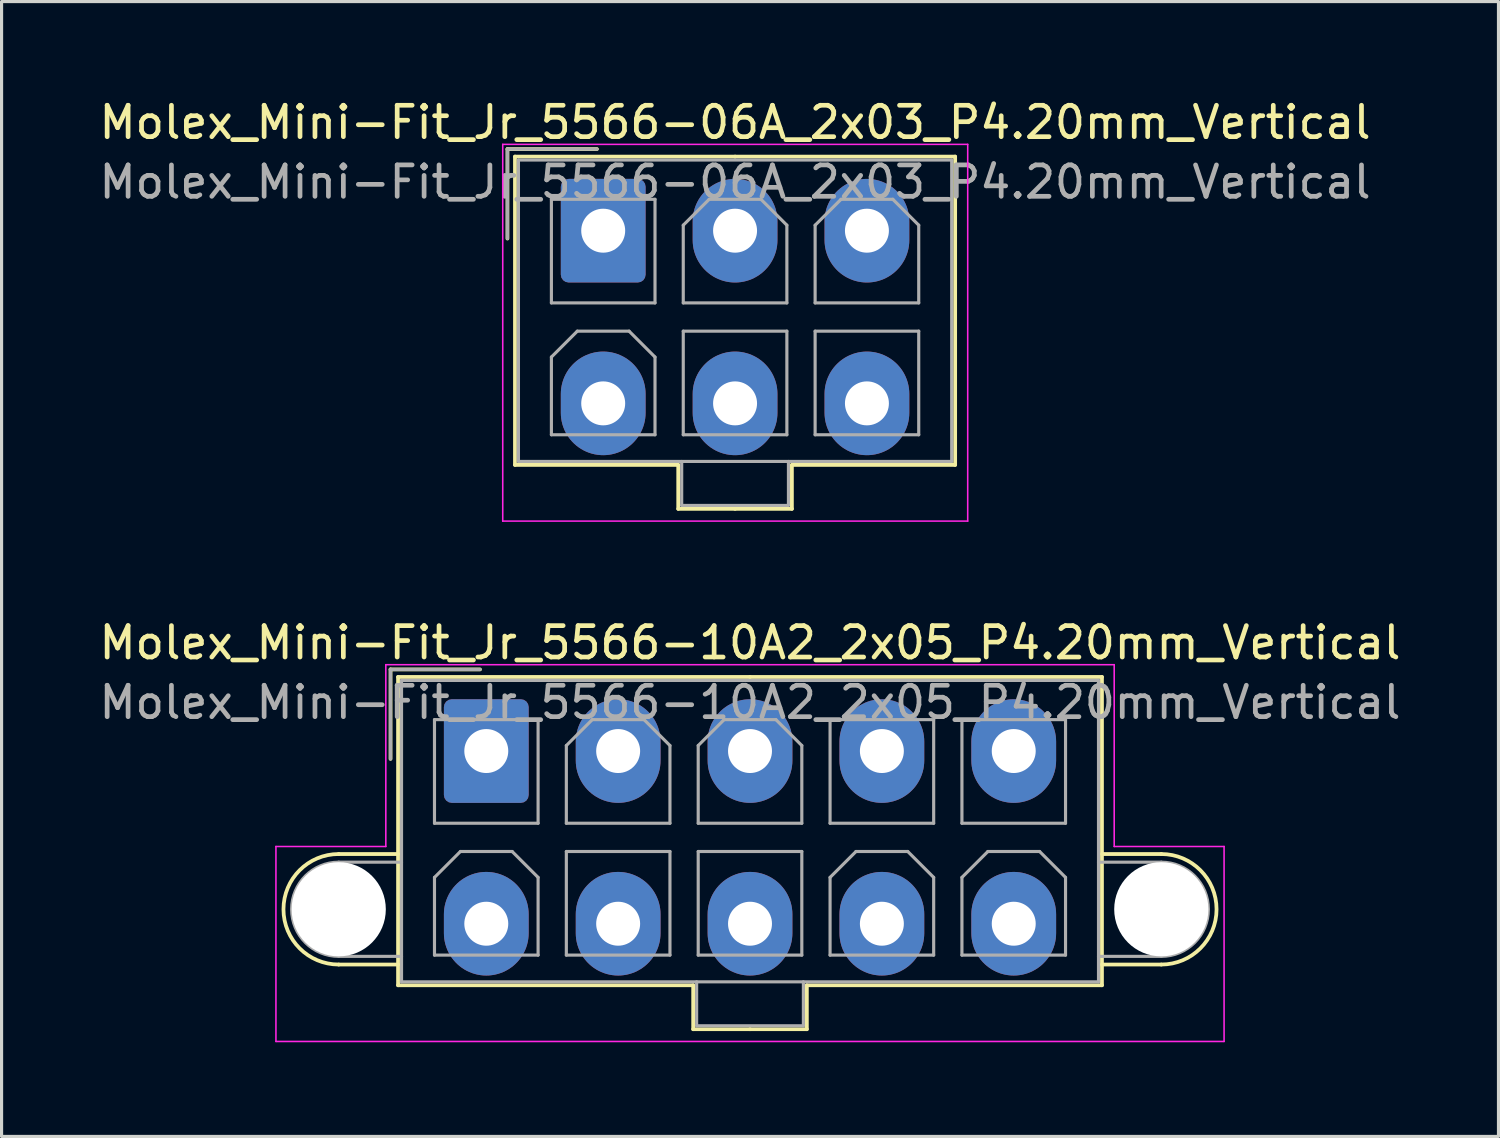
<source format=kicad_pcb>
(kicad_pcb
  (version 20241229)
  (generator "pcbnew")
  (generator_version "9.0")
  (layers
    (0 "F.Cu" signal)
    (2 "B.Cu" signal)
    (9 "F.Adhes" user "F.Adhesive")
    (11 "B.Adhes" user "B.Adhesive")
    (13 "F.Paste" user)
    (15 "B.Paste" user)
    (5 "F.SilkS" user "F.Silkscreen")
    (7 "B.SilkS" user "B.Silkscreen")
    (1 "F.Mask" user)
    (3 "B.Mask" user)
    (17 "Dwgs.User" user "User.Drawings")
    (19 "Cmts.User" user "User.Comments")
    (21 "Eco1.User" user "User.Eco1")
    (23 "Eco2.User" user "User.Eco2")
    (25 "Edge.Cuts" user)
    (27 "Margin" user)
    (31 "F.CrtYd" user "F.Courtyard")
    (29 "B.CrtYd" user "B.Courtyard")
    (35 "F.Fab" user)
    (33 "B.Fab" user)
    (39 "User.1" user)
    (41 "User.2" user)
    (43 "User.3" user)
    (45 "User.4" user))
  (footprint "Molex_Mini-Fit_Jr_5566-10A2_2x05_P4.20mm_Vertical"
    (layer "F.Cu")
    (at 12.439 20.872)
    (property "Reference" "Molex_Mini-Fit_Jr_5566-10A2_2x05_P4.20mm_Vertical" (at 8.4 -3.45 0) (layer "F.SilkS") (effects (font (size 1 1) (thickness 0.15))))
    (attr through_hole)
    (fp_line (start -4.7 3.28) (end -2.81 3.28) (stroke (width 0.12) (type solid)) (layer "F.SilkS"))
    (fp_line (start -4.7 6.8) (end -2.81 6.8) (stroke (width 0.12) (type solid)) (layer "F.SilkS"))
    (fp_line (start -3.05 -2.6) (end -3.05 0.25) (stroke (width 0.12) (type solid)) (layer "F.SilkS"))
    (fp_line (start -2.81 -2.36) (end -2.81 7.46) (stroke (width 0.12) (type solid)) (layer "F.SilkS"))
    (fp_line (start -2.81 7.46) (end 6.59 7.46) (stroke (width 0.12) (type solid)) (layer "F.SilkS"))
    (fp_line (start -0.2 -2.6) (end -3.05 -2.6) (stroke (width 0.12) (type solid)) (layer "F.SilkS"))
    (fp_line (start 6.59 7.46) (end 6.59 8.86) (stroke (width 0.12) (type solid)) (layer "F.SilkS"))
    (fp_line (start 6.59 8.86) (end 8.4 8.86) (stroke (width 0.12) (type solid)) (layer "F.SilkS"))
    (fp_line (start 8.4 -2.36) (end -2.81 -2.36) (stroke (width 0.12) (type solid)) (layer "F.SilkS"))
    (fp_line (start 8.4 -2.36) (end 19.61 -2.36) (stroke (width 0.12) (type solid)) (layer "F.SilkS"))
    (fp_line (start 10.21 7.46) (end 10.21 8.86) (stroke (width 0.12) (type solid)) (layer "F.SilkS"))
    (fp_line (start 10.21 8.86) (end 8.4 8.86) (stroke (width 0.12) (type solid)) (layer "F.SilkS"))
    (fp_line (start 19.61 -2.36) (end 19.61 7.46) (stroke (width 0.12) (type solid)) (layer "F.SilkS"))
    (fp_line (start 19.61 7.46) (end 10.21 7.46) (stroke (width 0.12) (type solid)) (layer "F.SilkS"))
    (fp_line (start 21.5 3.28) (end 19.61 3.28) (stroke (width 0.12) (type solid)) (layer "F.SilkS"))
    (fp_line (start 21.5 6.8) (end 19.61 6.8) (stroke (width 0.12) (type solid)) (layer "F.SilkS"))
    (fp_arc (start -4.7 6.8) (mid -6.46 5.04) (end -4.7 3.28) (stroke (width 0.12) (type solid)) (layer "F.SilkS"))
    (fp_arc (start 21.5 3.28) (mid 23.26 5.04) (end 21.5 6.8) (stroke (width 0.12) (type solid)) (layer "F.SilkS"))
    (fp_line (start -6.7 3.04) (end -6.7 9.25) (stroke (width 0.05) (type solid)) (layer "F.CrtYd"))
    (fp_line (start -6.7 9.25) (end 23.5 9.25) (stroke (width 0.05) (type solid)) (layer "F.CrtYd"))
    (fp_line (start -3.2 -2.75) (end -3.2 3.04) (stroke (width 0.05) (type solid)) (layer "F.CrtYd"))
    (fp_line (start -3.2 3.04) (end -6.7 3.04) (stroke (width 0.05) (type solid)) (layer "F.CrtYd"))
    (fp_line (start 20 -2.75) (end -3.2 -2.75) (stroke (width 0.05) (type solid)) (layer "F.CrtYd"))
    (fp_line (start 20 3.04) (end 20 -2.75) (stroke (width 0.05) (type solid)) (layer "F.CrtYd"))
    (fp_line (start 23.5 3.04) (end 20 3.04) (stroke (width 0.05) (type solid)) (layer "F.CrtYd"))
    (fp_line (start 23.5 9.25) (end 23.5 3.04) (stroke (width 0.05) (type solid)) (layer "F.CrtYd"))
    (fp_line (start -4.7 3.54) (end -2.7 3.54) (stroke (width 0.1) (type solid)) (layer "F.Fab"))
    (fp_line (start -4.7 6.54) (end -2.7 6.54) (stroke (width 0.1) (type solid)) (layer "F.Fab"))
    (fp_line (start -3.05 -2.6) (end -3.05 0.25) (stroke (width 0.1) (type solid)) (layer "F.Fab"))
    (fp_line (start -2.7 -2.25) (end -2.7 7.35) (stroke (width 0.1) (type solid)) (layer "F.Fab"))
    (fp_line (start -2.7 7.35) (end 19.5 7.35) (stroke (width 0.1) (type solid)) (layer "F.Fab"))
    (fp_line (start -1.65 -1) (end -1.65 2.3) (stroke (width 0.1) (type solid)) (layer "F.Fab"))
    (fp_line (start -1.65 2.3) (end 1.65 2.3) (stroke (width 0.1) (type solid)) (layer "F.Fab"))
    (fp_line (start -1.65 4.025) (end -0.825 3.2) (stroke (width 0.1) (type solid)) (layer "F.Fab"))
    (fp_line (start -1.65 6.5) (end -1.65 4.025) (stroke (width 0.1) (type solid)) (layer "F.Fab"))
    (fp_line (start -0.825 3.2) (end 0.825 3.2) (stroke (width 0.1) (type solid)) (layer "F.Fab"))
    (fp_line (start -0.2 -2.6) (end -3.05 -2.6) (stroke (width 0.1) (type solid)) (layer "F.Fab"))
    (fp_line (start 0.825 3.2) (end 1.65 4.025) (stroke (width 0.1) (type solid)) (layer "F.Fab"))
    (fp_line (start 1.65 -1) (end -1.65 -1) (stroke (width 0.1) (type solid)) (layer "F.Fab"))
    (fp_line (start 1.65 2.3) (end 1.65 -1) (stroke (width 0.1) (type solid)) (layer "F.Fab"))
    (fp_line (start 1.65 4.025) (end 1.65 6.5) (stroke (width 0.1) (type solid)) (layer "F.Fab"))
    (fp_line (start 1.65 6.5) (end -1.65 6.5) (stroke (width 0.1) (type solid)) (layer "F.Fab"))
    (fp_line (start 2.55 -0.175) (end 3.375 -1) (stroke (width 0.1) (type solid)) (layer "F.Fab"))
    (fp_line (start 2.55 2.3) (end 2.55 -0.175) (stroke (width 0.1) (type solid)) (layer "F.Fab"))
    (fp_line (start 2.55 3.2) (end 2.55 6.5) (stroke (width 0.1) (type solid)) (layer "F.Fab"))
    (fp_line (start 2.55 6.5) (end 5.85 6.5) (stroke (width 0.1) (type solid)) (layer "F.Fab"))
    (fp_line (start 3.375 -1) (end 5.025 -1) (stroke (width 0.1) (type solid)) (layer "F.Fab"))
    (fp_line (start 5.025 -1) (end 5.85 -0.175) (stroke (width 0.1) (type solid)) (layer "F.Fab"))
    (fp_line (start 5.85 -0.175) (end 5.85 2.3) (stroke (width 0.1) (type solid)) (layer "F.Fab"))
    (fp_line (start 5.85 2.3) (end 2.55 2.3) (stroke (width 0.1) (type solid)) (layer "F.Fab"))
    (fp_line (start 5.85 3.2) (end 2.55 3.2) (stroke (width 0.1) (type solid)) (layer "F.Fab"))
    (fp_line (start 5.85 6.5) (end 5.85 3.2) (stroke (width 0.1) (type solid)) (layer "F.Fab"))
    (fp_line (start 6.7 7.35) (end 6.7 8.75) (stroke (width 0.1) (type solid)) (layer "F.Fab"))
    (fp_line (start 6.7 8.75) (end 10.1 8.75) (stroke (width 0.1) (type solid)) (layer "F.Fab"))
    (fp_line (start 6.75 -0.175) (end 7.575 -1) (stroke (width 0.1) (type solid)) (layer "F.Fab"))
    (fp_line (start 6.75 2.3) (end 6.75 -0.175) (stroke (width 0.1) (type solid)) (layer "F.Fab"))
    (fp_line (start 6.75 3.2) (end 6.75 6.5) (stroke (width 0.1) (type solid)) (layer "F.Fab"))
    (fp_line (start 6.75 6.5) (end 10.05 6.5) (stroke (width 0.1) (type solid)) (layer "F.Fab"))
    (fp_line (start 7.575 -1) (end 9.225 -1) (stroke (width 0.1) (type solid)) (layer "F.Fab"))
    (fp_line (start 9.225 -1) (end 10.05 -0.175) (stroke (width 0.1) (type solid)) (layer "F.Fab"))
    (fp_line (start 10.05 -0.175) (end 10.05 2.3) (stroke (width 0.1) (type solid)) (layer "F.Fab"))
    (fp_line (start 10.05 2.3) (end 6.75 2.3) (stroke (width 0.1) (type solid)) (layer "F.Fab"))
    (fp_line (start 10.05 3.2) (end 6.75 3.2) (stroke (width 0.1) (type solid)) (layer "F.Fab"))
    (fp_line (start 10.05 6.5) (end 10.05 3.2) (stroke (width 0.1) (type solid)) (layer "F.Fab"))
    (fp_line (start 10.1 8.75) (end 10.1 7.35) (stroke (width 0.1) (type solid)) (layer "F.Fab"))
    (fp_line (start 10.95 -1) (end 10.95 2.3) (stroke (width 0.1) (type solid)) (layer "F.Fab"))
    (fp_line (start 10.95 2.3) (end 14.25 2.3) (stroke (width 0.1) (type solid)) (layer "F.Fab"))
    (fp_line (start 10.95 4.025) (end 11.775 3.2) (stroke (width 0.1) (type solid)) (layer "F.Fab"))
    (fp_line (start 10.95 6.5) (end 10.95 4.025) (stroke (width 0.1) (type solid)) (layer "F.Fab"))
    (fp_line (start 11.775 3.2) (end 13.425 3.2) (stroke (width 0.1) (type solid)) (layer "F.Fab"))
    (fp_line (start 13.425 3.2) (end 14.25 4.025) (stroke (width 0.1) (type solid)) (layer "F.Fab"))
    (fp_line (start 14.25 -1) (end 10.95 -1) (stroke (width 0.1) (type solid)) (layer "F.Fab"))
    (fp_line (start 14.25 2.3) (end 14.25 -1) (stroke (width 0.1) (type solid)) (layer "F.Fab"))
    (fp_line (start 14.25 4.025) (end 14.25 6.5) (stroke (width 0.1) (type solid)) (layer "F.Fab"))
    (fp_line (start 14.25 6.5) (end 10.95 6.5) (stroke (width 0.1) (type solid)) (layer "F.Fab"))
    (fp_line (start 15.15 -1) (end 15.15 2.3) (stroke (width 0.1) (type solid)) (layer "F.Fab"))
    (fp_line (start 15.15 2.3) (end 18.45 2.3) (stroke (width 0.1) (type solid)) (layer "F.Fab"))
    (fp_line (start 15.15 4.025) (end 15.975 3.2) (stroke (width 0.1) (type solid)) (layer "F.Fab"))
    (fp_line (start 15.15 6.5) (end 15.15 4.025) (stroke (width 0.1) (type solid)) (layer "F.Fab"))
    (fp_line (start 15.975 3.2) (end 17.625 3.2) (stroke (width 0.1) (type solid)) (layer "F.Fab"))
    (fp_line (start 17.625 3.2) (end 18.45 4.025) (stroke (width 0.1) (type solid)) (layer "F.Fab"))
    (fp_line (start 18.45 -1) (end 15.15 -1) (stroke (width 0.1) (type solid)) (layer "F.Fab"))
    (fp_line (start 18.45 2.3) (end 18.45 -1) (stroke (width 0.1) (type solid)) (layer "F.Fab"))
    (fp_line (start 18.45 4.025) (end 18.45 6.5) (stroke (width 0.1) (type solid)) (layer "F.Fab"))
    (fp_line (start 18.45 6.5) (end 15.15 6.5) (stroke (width 0.1) (type solid)) (layer "F.Fab"))
    (fp_line (start 19.5 -2.25) (end -2.7 -2.25) (stroke (width 0.1) (type solid)) (layer "F.Fab"))
    (fp_line (start 19.5 7.35) (end 19.5 -2.25) (stroke (width 0.1) (type solid)) (layer "F.Fab"))
    (fp_line (start 21.5 3.54) (end 19.5 3.54) (stroke (width 0.1) (type solid)) (layer "F.Fab"))
    (fp_line (start 21.5 6.54) (end 19.5 6.54) (stroke (width 0.1) (type solid)) (layer "F.Fab"))
    (fp_arc (start -4.7 6.54) (mid -6.2 5.04) (end -4.7 3.54) (stroke (width 0.1) (type solid)) (layer "F.Fab"))
    (fp_arc (start 21.5 3.54) (mid 23 5.04) (end 21.5 6.54) (stroke (width 0.1) (type solid)) (layer "F.Fab"))
    (fp_text user "${REFERENCE}" (at 8.4 -1.55 0) (layer "F.Fab") (effects (font (size 1 1) (thickness 0.15))))
    (pad "" np_thru_hole circle (at -4.7 5.04) (size 3 3) (drill 3) (layers "*.Cu" "*.Mask"))
    (pad "" np_thru_hole circle (at 21.5 5.04) (size 3 3) (drill 3) (layers "*.Cu" "*.Mask"))
    (pad "1" thru_hole roundrect (at 0 0) (size 2.7 3.3) (drill 1.4) (layers "*.Cu" "*.Mask") (roundrect_rratio 0.093))
    (pad "2" thru_hole oval (at 4.2 0) (size 2.7 3.3) (drill 1.4) (layers "*.Cu" "*.Mask"))
    (pad "3" thru_hole oval (at 8.4 0) (size 2.7 3.3) (drill 1.4) (layers "*.Cu" "*.Mask"))
    (pad "4" thru_hole oval (at 12.6 0) (size 2.7 3.3) (drill 1.4) (layers "*.Cu" "*.Mask"))
    (pad "5" thru_hole oval (at 16.8 0) (size 2.7 3.3) (drill 1.4) (layers "*.Cu" "*.Mask"))
    (pad "6" thru_hole oval (at 0 5.5) (size 2.7 3.3) (drill 1.4) (layers "*.Cu" "*.Mask"))
    (pad "7" thru_hole oval (at 4.2 5.5) (size 2.7 3.3) (drill 1.4) (layers "*.Cu" "*.Mask"))
    (pad "8" thru_hole oval (at 8.4 5.5) (size 2.7 3.3) (drill 1.4) (layers "*.Cu" "*.Mask"))
    (pad "9" thru_hole oval (at 12.6 5.5) (size 2.7 3.3) (drill 1.4) (layers "*.Cu" "*.Mask"))
    (pad "10" thru_hole oval (at 16.8 5.5) (size 2.7 3.3) (drill 1.4) (layers "*.Cu" "*.Mask")))
  (footprint "Molex_Mini-Fit_Jr_5566-06A_2x03_P4.20mm_Vertical"
    (layer "F.Cu")
    (at 16.163 4.298)
    (property "Reference" "Molex_Mini-Fit_Jr_5566-06A_2x03_P4.20mm_Vertical" (at 4.2 -3.45 0) (layer "F.SilkS") (effects (font (size 1 1) (thickness 0.15))))
    (attr through_hole)
    (fp_line (start -3.05 -2.6) (end -3.05 0.25) (stroke (width 0.12) (type solid)) (layer "F.SilkS"))
    (fp_line (start -2.81 -2.36) (end -2.81 7.46) (stroke (width 0.12) (type solid)) (layer "F.SilkS"))
    (fp_line (start -2.81 7.46) (end 2.39 7.46) (stroke (width 0.12) (type solid)) (layer "F.SilkS"))
    (fp_line (start -0.2 -2.6) (end -3.05 -2.6) (stroke (width 0.12) (type solid)) (layer "F.SilkS"))
    (fp_line (start 2.39 7.46) (end 2.39 8.86) (stroke (width 0.12) (type solid)) (layer "F.SilkS"))
    (fp_line (start 2.39 8.86) (end 4.2 8.86) (stroke (width 0.12) (type solid)) (layer "F.SilkS"))
    (fp_line (start 4.2 -2.36) (end -2.81 -2.36) (stroke (width 0.12) (type solid)) (layer "F.SilkS"))
    (fp_line (start 4.2 -2.36) (end 11.21 -2.36) (stroke (width 0.12) (type solid)) (layer "F.SilkS"))
    (fp_line (start 6.01 7.46) (end 6.01 8.86) (stroke (width 0.12) (type solid)) (layer "F.SilkS"))
    (fp_line (start 6.01 8.86) (end 4.2 8.86) (stroke (width 0.12) (type solid)) (layer "F.SilkS"))
    (fp_line (start 11.21 -2.36) (end 11.21 7.46) (stroke (width 0.12) (type solid)) (layer "F.SilkS"))
    (fp_line (start 11.21 7.46) (end 6.01 7.46) (stroke (width 0.12) (type solid)) (layer "F.SilkS"))
    (fp_line (start -3.2 -2.75) (end -3.2 9.25) (stroke (width 0.05) (type solid)) (layer "F.CrtYd"))
    (fp_line (start -3.2 9.25) (end 11.61 9.25) (stroke (width 0.05) (type solid)) (layer "F.CrtYd"))
    (fp_line (start 11.61 -2.75) (end -3.2 -2.75) (stroke (width 0.05) (type solid)) (layer "F.CrtYd"))
    (fp_line (start 11.61 9.25) (end 11.61 -2.75) (stroke (width 0.05) (type solid)) (layer "F.CrtYd"))
    (fp_line (start -3.05 -2.6) (end -3.05 0.25) (stroke (width 0.1) (type solid)) (layer "F.Fab"))
    (fp_line (start -2.7 -2.25) (end -2.7 7.35) (stroke (width 0.1) (type solid)) (layer "F.Fab"))
    (fp_line (start -2.7 7.35) (end 11.1 7.35) (stroke (width 0.1) (type solid)) (layer "F.Fab"))
    (fp_line (start -1.65 -1) (end -1.65 2.3) (stroke (width 0.1) (type solid)) (layer "F.Fab"))
    (fp_line (start -1.65 2.3) (end 1.65 2.3) (stroke (width 0.1) (type solid)) (layer "F.Fab"))
    (fp_line (start -1.65 4.025) (end -0.825 3.2) (stroke (width 0.1) (type solid)) (layer "F.Fab"))
    (fp_line (start -1.65 6.5) (end -1.65 4.025) (stroke (width 0.1) (type solid)) (layer "F.Fab"))
    (fp_line (start -0.825 3.2) (end 0.825 3.2) (stroke (width 0.1) (type solid)) (layer "F.Fab"))
    (fp_line (start -0.2 -2.6) (end -3.05 -2.6) (stroke (width 0.1) (type solid)) (layer "F.Fab"))
    (fp_line (start 0.825 3.2) (end 1.65 4.025) (stroke (width 0.1) (type solid)) (layer "F.Fab"))
    (fp_line (start 1.65 -1) (end -1.65 -1) (stroke (width 0.1) (type solid)) (layer "F.Fab"))
    (fp_line (start 1.65 2.3) (end 1.65 -1) (stroke (width 0.1) (type solid)) (layer "F.Fab"))
    (fp_line (start 1.65 4.025) (end 1.65 6.5) (stroke (width 0.1) (type solid)) (layer "F.Fab"))
    (fp_line (start 1.65 6.5) (end -1.65 6.5) (stroke (width 0.1) (type solid)) (layer "F.Fab"))
    (fp_line (start 2.5 7.35) (end 2.5 8.75) (stroke (width 0.1) (type solid)) (layer "F.Fab"))
    (fp_line (start 2.5 8.75) (end 5.9 8.75) (stroke (width 0.1) (type solid)) (layer "F.Fab"))
    (fp_line (start 2.55 -0.175) (end 3.375 -1) (stroke (width 0.1) (type solid)) (layer "F.Fab"))
    (fp_line (start 2.55 2.3) (end 2.55 -0.175) (stroke (width 0.1) (type solid)) (layer "F.Fab"))
    (fp_line (start 2.55 3.2) (end 2.55 6.5) (stroke (width 0.1) (type solid)) (layer "F.Fab"))
    (fp_line (start 2.55 6.5) (end 5.85 6.5) (stroke (width 0.1) (type solid)) (layer "F.Fab"))
    (fp_line (start 3.375 -1) (end 5.025 -1) (stroke (width 0.1) (type solid)) (layer "F.Fab"))
    (fp_line (start 5.025 -1) (end 5.85 -0.175) (stroke (width 0.1) (type solid)) (layer "F.Fab"))
    (fp_line (start 5.85 -0.175) (end 5.85 2.3) (stroke (width 0.1) (type solid)) (layer "F.Fab"))
    (fp_line (start 5.85 2.3) (end 2.55 2.3) (stroke (width 0.1) (type solid)) (layer "F.Fab"))
    (fp_line (start 5.85 3.2) (end 2.55 3.2) (stroke (width 0.1) (type solid)) (layer "F.Fab"))
    (fp_line (start 5.85 6.5) (end 5.85 3.2) (stroke (width 0.1) (type solid)) (layer "F.Fab"))
    (fp_line (start 5.9 8.75) (end 5.9 7.35) (stroke (width 0.1) (type solid)) (layer "F.Fab"))
    (fp_line (start 6.75 -0.175) (end 7.575 -1) (stroke (width 0.1) (type solid)) (layer "F.Fab"))
    (fp_line (start 6.75 2.3) (end 6.75 -0.175) (stroke (width 0.1) (type solid)) (layer "F.Fab"))
    (fp_line (start 6.75 3.2) (end 6.75 6.5) (stroke (width 0.1) (type solid)) (layer "F.Fab"))
    (fp_line (start 6.75 6.5) (end 10.05 6.5) (stroke (width 0.1) (type solid)) (layer "F.Fab"))
    (fp_line (start 7.575 -1) (end 9.225 -1) (stroke (width 0.1) (type solid)) (layer "F.Fab"))
    (fp_line (start 9.225 -1) (end 10.05 -0.175) (stroke (width 0.1) (type solid)) (layer "F.Fab"))
    (fp_line (start 10.05 -0.175) (end 10.05 2.3) (stroke (width 0.1) (type solid)) (layer "F.Fab"))
    (fp_line (start 10.05 2.3) (end 6.75 2.3) (stroke (width 0.1) (type solid)) (layer "F.Fab"))
    (fp_line (start 10.05 3.2) (end 6.75 3.2) (stroke (width 0.1) (type solid)) (layer "F.Fab"))
    (fp_line (start 10.05 6.5) (end 10.05 3.2) (stroke (width 0.1) (type solid)) (layer "F.Fab"))
    (fp_line (start 11.1 -2.25) (end -2.7 -2.25) (stroke (width 0.1) (type solid)) (layer "F.Fab"))
    (fp_line (start 11.1 7.35) (end 11.1 -2.25) (stroke (width 0.1) (type solid)) (layer "F.Fab"))
    (fp_text user "${REFERENCE}" (at 4.2 -1.55 0) (layer "F.Fab") (effects (font (size 1 1) (thickness 0.15))))
    (pad "1" thru_hole roundrect (at 0 0) (size 2.7 3.3) (drill 1.4) (layers "*.Cu" "*.Mask") (roundrect_rratio 0.093))
    (pad "2" thru_hole oval (at 4.2 0) (size 2.7 3.3) (drill 1.4) (layers "*.Cu" "*.Mask"))
    (pad "3" thru_hole oval (at 8.4 0) (size 2.7 3.3) (drill 1.4) (layers "*.Cu" "*.Mask"))
    (pad "4" thru_hole oval (at 0 5.5) (size 2.7 3.3) (drill 1.4) (layers "*.Cu" "*.Mask"))
    (pad "5" thru_hole oval (at 4.2 5.5) (size 2.7 3.3) (drill 1.4) (layers "*.Cu" "*.Mask"))
    (pad "6" thru_hole oval (at 8.4 5.5) (size 2.7 3.3) (drill 1.4) (layers "*.Cu" "*.Mask")))
  (gr_rect
    (start -3 -3)
    (end 44.679 33.147)
    (stroke (width 0.1) (type default))
    (fill no)
    (layer "Edge.Cuts")))
</source>
